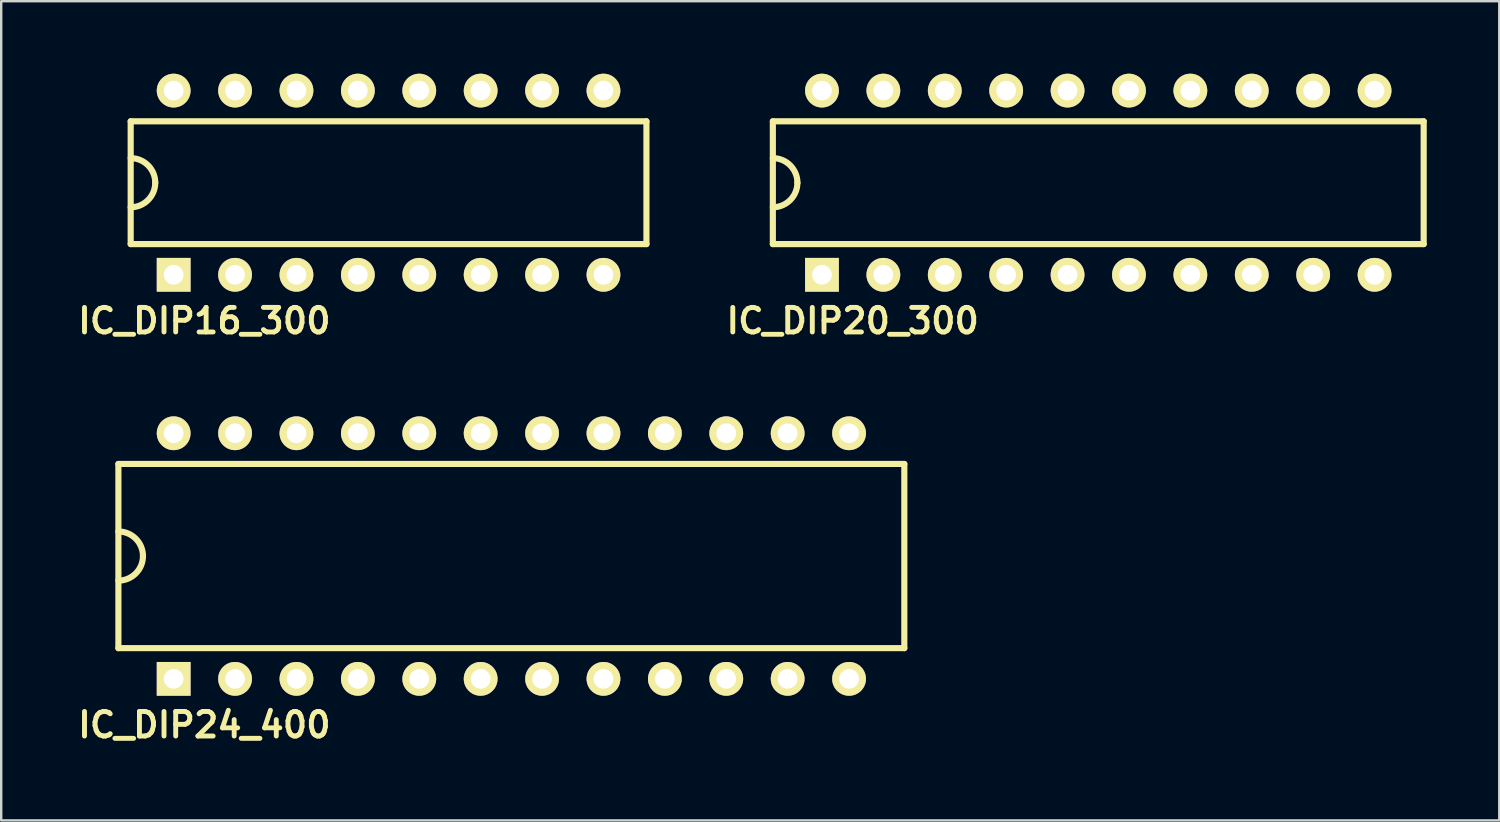
<source format=kicad_pcb>
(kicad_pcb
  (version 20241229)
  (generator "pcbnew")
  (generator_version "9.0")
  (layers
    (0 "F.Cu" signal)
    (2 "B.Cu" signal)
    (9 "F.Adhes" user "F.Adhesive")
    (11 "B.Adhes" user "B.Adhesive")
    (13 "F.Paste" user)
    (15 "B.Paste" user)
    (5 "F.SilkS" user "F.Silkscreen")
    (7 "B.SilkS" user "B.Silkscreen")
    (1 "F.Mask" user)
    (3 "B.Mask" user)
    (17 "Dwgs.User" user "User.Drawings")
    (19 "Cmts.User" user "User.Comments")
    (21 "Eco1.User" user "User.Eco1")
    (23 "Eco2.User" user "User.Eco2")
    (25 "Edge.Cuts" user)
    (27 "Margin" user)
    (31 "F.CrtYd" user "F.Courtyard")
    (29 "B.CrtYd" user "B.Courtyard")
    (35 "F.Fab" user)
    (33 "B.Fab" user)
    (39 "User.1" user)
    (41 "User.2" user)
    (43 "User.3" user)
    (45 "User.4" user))
  (footprint "IC_DIP16_300"
    (layer "F.Cu")
    (at 13.024 4.508)
    (property "Reference" "IC_DIP16_300" (at -7.62 5.715 0) (layer "F.SilkS") (effects (font (size 1.016 1.016) (thickness 0.203))))
    (attr through_hole)
    (fp_line (start -10.668 -2.54) (end 10.668 -2.54) (stroke (width 0.254) (type solid)) (layer "F.SilkS"))
    (fp_line (start -10.668 2.54) (end -10.668 -2.54) (stroke (width 0.254) (type solid)) (layer "F.SilkS"))
    (fp_line (start 10.668 -2.54) (end 10.668 2.54) (stroke (width 0.254) (type solid)) (layer "F.SilkS"))
    (fp_line (start 10.668 2.54) (end -10.668 2.54) (stroke (width 0.254) (type solid)) (layer "F.SilkS"))
    (fp_arc (start -10.668 -1.016) (mid -9.94958 -0.71842) (end -9.652 0) (stroke (width 0.254) (type solid)) (layer "F.SilkS"))
    (fp_arc (start -9.652 0) (mid -9.94958 0.71842) (end -10.668 1.016) (stroke (width 0.254) (type solid)) (layer "F.SilkS"))
    (pad "1" thru_hole rect (at -8.89 3.81) (size 1.397 1.397) (drill 0.813) (layers "*.Cu" "*.Mask" "F.SilkS"))
    (pad "2" thru_hole circle (at -6.35 3.81) (size 1.397 1.397) (drill 0.813) (layers "*.Cu" "*.Mask" "F.SilkS"))
    (pad "3" thru_hole circle (at -3.81 3.81) (size 1.397 1.397) (drill 0.813) (layers "*.Cu" "*.Mask" "F.SilkS"))
    (pad "4" thru_hole circle (at -1.27 3.81) (size 1.397 1.397) (drill 0.813) (layers "*.Cu" "*.Mask" "F.SilkS"))
    (pad "5" thru_hole circle (at 1.27 3.81) (size 1.397 1.397) (drill 0.813) (layers "*.Cu" "*.Mask" "F.SilkS"))
    (pad "6" thru_hole circle (at 3.81 3.81) (size 1.397 1.397) (drill 0.813) (layers "*.Cu" "*.Mask" "F.SilkS"))
    (pad "7" thru_hole circle (at 6.35 3.81) (size 1.397 1.397) (drill 0.813) (layers "*.Cu" "*.Mask" "F.SilkS"))
    (pad "8" thru_hole circle (at 8.89 3.81) (size 1.397 1.397) (drill 0.813) (layers "*.Cu" "*.Mask" "F.SilkS"))
    (pad "9" thru_hole circle (at 8.89 -3.81) (size 1.397 1.397) (drill 0.813) (layers "*.Cu" "*.Mask" "F.SilkS"))
    (pad "10" thru_hole circle (at 6.35 -3.81) (size 1.397 1.397) (drill 0.813) (layers "*.Cu" "*.Mask" "F.SilkS"))
    (pad "11" thru_hole circle (at 3.81 -3.81) (size 1.397 1.397) (drill 0.813) (layers "*.Cu" "*.Mask" "F.SilkS"))
    (pad "12" thru_hole circle (at 1.27 -3.81) (size 1.397 1.397) (drill 0.813) (layers "*.Cu" "*.Mask" "F.SilkS"))
    (pad "13" thru_hole circle (at -1.27 -3.81) (size 1.397 1.397) (drill 0.813) (layers "*.Cu" "*.Mask" "F.SilkS"))
    (pad "14" thru_hole circle (at -3.81 -3.81) (size 1.397 1.397) (drill 0.813) (layers "*.Cu" "*.Mask" "F.SilkS"))
    (pad "15" thru_hole circle (at -6.35 -3.81) (size 1.397 1.397) (drill 0.813) (layers "*.Cu" "*.Mask" "F.SilkS"))
    (pad "16" thru_hole circle (at -8.89 -3.81) (size 1.397 1.397) (drill 0.813) (layers "*.Cu" "*.Mask" "F.SilkS")))
  (footprint "IC_DIP24_400"
    (layer "F.Cu")
    (at 18.104 19.953)
    (property "Reference" "IC_DIP24_400" (at -12.7 6.985 0) (layer "F.SilkS") (effects (font (size 1.016 1.016) (thickness 0.203))))
    (attr through_hole)
    (fp_line (start -16.256 -3.81) (end 16.256 -3.81) (stroke (width 0.254) (type solid)) (layer "F.SilkS"))
    (fp_line (start -16.256 3.81) (end -16.256 -3.81) (stroke (width 0.254) (type solid)) (layer "F.SilkS"))
    (fp_line (start 16.256 -3.81) (end 16.256 3.81) (stroke (width 0.254) (type solid)) (layer "F.SilkS"))
    (fp_line (start 16.256 3.81) (end -16.256 3.81) (stroke (width 0.254) (type solid)) (layer "F.SilkS"))
    (fp_arc (start -16.256 -1.016) (mid -15.53758 -0.71842) (end -15.24 0) (stroke (width 0.254) (type solid)) (layer "F.SilkS"))
    (fp_arc (start -15.24 0) (mid -15.53758 0.71842) (end -16.256 1.016) (stroke (width 0.254) (type solid)) (layer "F.SilkS"))
    (pad "1" thru_hole rect (at -13.97 5.08) (size 1.397 1.397) (drill 0.813) (layers "*.Cu" "*.Mask" "F.SilkS"))
    (pad "2" thru_hole circle (at -11.43 5.08) (size 1.397 1.397) (drill 0.813) (layers "*.Cu" "*.Mask" "F.SilkS"))
    (pad "3" thru_hole circle (at -8.89 5.08) (size 1.397 1.397) (drill 0.813) (layers "*.Cu" "*.Mask" "F.SilkS"))
    (pad "4" thru_hole circle (at -6.35 5.08) (size 1.397 1.397) (drill 0.813) (layers "*.Cu" "*.Mask" "F.SilkS"))
    (pad "5" thru_hole circle (at -3.81 5.08) (size 1.397 1.397) (drill 0.813) (layers "*.Cu" "*.Mask" "F.SilkS"))
    (pad "6" thru_hole circle (at -1.27 5.08) (size 1.397 1.397) (drill 0.813) (layers "*.Cu" "*.Mask" "F.SilkS"))
    (pad "7" thru_hole circle (at 1.27 5.08) (size 1.397 1.397) (drill 0.813) (layers "*.Cu" "*.Mask" "F.SilkS"))
    (pad "8" thru_hole circle (at 3.81 5.08) (size 1.397 1.397) (drill 0.813) (layers "*.Cu" "*.Mask" "F.SilkS"))
    (pad "9" thru_hole circle (at 6.35 5.08) (size 1.397 1.397) (drill 0.813) (layers "*.Cu" "*.Mask" "F.SilkS"))
    (pad "10" thru_hole circle (at 8.89 5.08) (size 1.397 1.397) (drill 0.813) (layers "*.Cu" "*.Mask" "F.SilkS"))
    (pad "11" thru_hole circle (at 11.43 5.08) (size 1.397 1.397) (drill 0.813) (layers "*.Cu" "*.Mask" "F.SilkS"))
    (pad "12" thru_hole circle (at 13.97 5.08) (size 1.397 1.397) (drill 0.813) (layers "*.Cu" "*.Mask" "F.SilkS"))
    (pad "13" thru_hole circle (at 13.97 -5.08) (size 1.397 1.397) (drill 0.813) (layers "*.Cu" "*.Mask" "F.SilkS"))
    (pad "14" thru_hole circle (at 11.43 -5.08) (size 1.397 1.397) (drill 0.813) (layers "*.Cu" "*.Mask" "F.SilkS"))
    (pad "15" thru_hole circle (at 8.89 -5.08) (size 1.397 1.397) (drill 0.813) (layers "*.Cu" "*.Mask" "F.SilkS"))
    (pad "16" thru_hole circle (at 6.35 -5.08) (size 1.397 1.397) (drill 0.813) (layers "*.Cu" "*.Mask" "F.SilkS"))
    (pad "17" thru_hole circle (at 3.81 -5.08) (size 1.397 1.397) (drill 0.813) (layers "*.Cu" "*.Mask" "F.SilkS"))
    (pad "18" thru_hole circle (at 1.27 -5.08) (size 1.397 1.397) (drill 0.813) (layers "*.Cu" "*.Mask" "F.SilkS"))
    (pad "19" thru_hole circle (at -1.27 -5.08) (size 1.397 1.397) (drill 0.813) (layers "*.Cu" "*.Mask" "F.SilkS"))
    (pad "20" thru_hole circle (at -3.81 -5.08) (size 1.397 1.397) (drill 0.813) (layers "*.Cu" "*.Mask" "F.SilkS"))
    (pad "21" thru_hole circle (at -6.35 -5.08) (size 1.397 1.397) (drill 0.813) (layers "*.Cu" "*.Mask" "F.SilkS"))
    (pad "22" thru_hole circle (at -8.89 -5.08) (size 1.397 1.397) (drill 0.813) (layers "*.Cu" "*.Mask" "F.SilkS"))
    (pad "23" thru_hole circle (at -11.43 -5.08) (size 1.397 1.397) (drill 0.813) (layers "*.Cu" "*.Mask" "F.SilkS"))
    (pad "24" thru_hole circle (at -13.97 -5.08) (size 1.397 1.397) (drill 0.813) (layers "*.Cu" "*.Mask" "F.SilkS")))
  (footprint "IC_DIP20_300"
    (layer "F.Cu")
    (at 42.383 4.508)
    (property "Reference" "IC_DIP20_300" (at -10.16 5.715 0) (layer "F.SilkS") (effects (font (size 1.016 1.016) (thickness 0.203))))
    (attr through_hole)
    (fp_line (start -13.462 -2.54) (end 13.462 -2.54) (stroke (width 0.254) (type solid)) (layer "F.SilkS"))
    (fp_line (start -13.462 2.54) (end -13.462 -2.54) (stroke (width 0.254) (type solid)) (layer "F.SilkS"))
    (fp_line (start 13.462 -2.54) (end 13.462 2.54) (stroke (width 0.254) (type solid)) (layer "F.SilkS"))
    (fp_line (start 13.462 2.54) (end -13.462 2.54) (stroke (width 0.254) (type solid)) (layer "F.SilkS"))
    (fp_arc (start -13.462 -1.016) (mid -12.74358 -0.71842) (end -12.446 0) (stroke (width 0.254) (type solid)) (layer "F.SilkS"))
    (fp_arc (start -12.446 0) (mid -12.74358 0.71842) (end -13.462 1.016) (stroke (width 0.254) (type solid)) (layer "F.SilkS"))
    (pad "1" thru_hole rect (at -11.43 3.81) (size 1.397 1.397) (drill 0.813) (layers "*.Cu" "*.Mask" "F.SilkS"))
    (pad "2" thru_hole circle (at -8.89 3.81) (size 1.397 1.397) (drill 0.813) (layers "*.Cu" "*.Mask" "F.SilkS"))
    (pad "3" thru_hole circle (at -6.35 3.81) (size 1.397 1.397) (drill 0.813) (layers "*.Cu" "*.Mask" "F.SilkS"))
    (pad "4" thru_hole circle (at -3.81 3.81) (size 1.397 1.397) (drill 0.813) (layers "*.Cu" "*.Mask" "F.SilkS"))
    (pad "5" thru_hole circle (at -1.27 3.81) (size 1.397 1.397) (drill 0.813) (layers "*.Cu" "*.Mask" "F.SilkS"))
    (pad "6" thru_hole circle (at 1.27 3.81) (size 1.397 1.397) (drill 0.813) (layers "*.Cu" "*.Mask" "F.SilkS"))
    (pad "7" thru_hole circle (at 3.81 3.81) (size 1.397 1.397) (drill 0.813) (layers "*.Cu" "*.Mask" "F.SilkS"))
    (pad "8" thru_hole circle (at 6.35 3.81) (size 1.397 1.397) (drill 0.813) (layers "*.Cu" "*.Mask" "F.SilkS"))
    (pad "9" thru_hole circle (at 8.89 3.81) (size 1.397 1.397) (drill 0.813) (layers "*.Cu" "*.Mask" "F.SilkS"))
    (pad "10" thru_hole circle (at 11.43 3.81) (size 1.397 1.397) (drill 0.813) (layers "*.Cu" "*.Mask" "F.SilkS"))
    (pad "11" thru_hole circle (at 11.43 -3.81) (size 1.397 1.397) (drill 0.813) (layers "*.Cu" "*.Mask" "F.SilkS"))
    (pad "12" thru_hole circle (at 8.89 -3.81) (size 1.397 1.397) (drill 0.813) (layers "*.Cu" "*.Mask" "F.SilkS"))
    (pad "13" thru_hole circle (at 6.35 -3.81) (size 1.397 1.397) (drill 0.813) (layers "*.Cu" "*.Mask" "F.SilkS"))
    (pad "14" thru_hole circle (at 3.81 -3.81) (size 1.397 1.397) (drill 0.813) (layers "*.Cu" "*.Mask" "F.SilkS"))
    (pad "15" thru_hole circle (at 1.27 -3.81) (size 1.397 1.397) (drill 0.813) (layers "*.Cu" "*.Mask" "F.SilkS"))
    (pad "16" thru_hole circle (at -1.27 -3.81) (size 1.397 1.397) (drill 0.813) (layers "*.Cu" "*.Mask" "F.SilkS"))
    (pad "17" thru_hole circle (at -3.81 -3.81) (size 1.397 1.397) (drill 0.813) (layers "*.Cu" "*.Mask" "F.SilkS"))
    (pad "18" thru_hole circle (at -6.35 -3.81) (size 1.397 1.397) (drill 0.813) (layers "*.Cu" "*.Mask" "F.SilkS"))
    (pad "19" thru_hole circle (at -8.89 -3.81) (size 1.397 1.397) (drill 0.813) (layers "*.Cu" "*.Mask" "F.SilkS"))
    (pad "20" thru_hole circle (at -11.43 -3.81) (size 1.397 1.397) (drill 0.813) (layers "*.Cu" "*.Mask" "F.SilkS")))
  (gr_rect
    (start -3 -3)
    (end 58.972 30.889)
    (stroke (width 0.1) (type default))
    (fill no)
    (layer "Edge.Cuts")))
</source>
